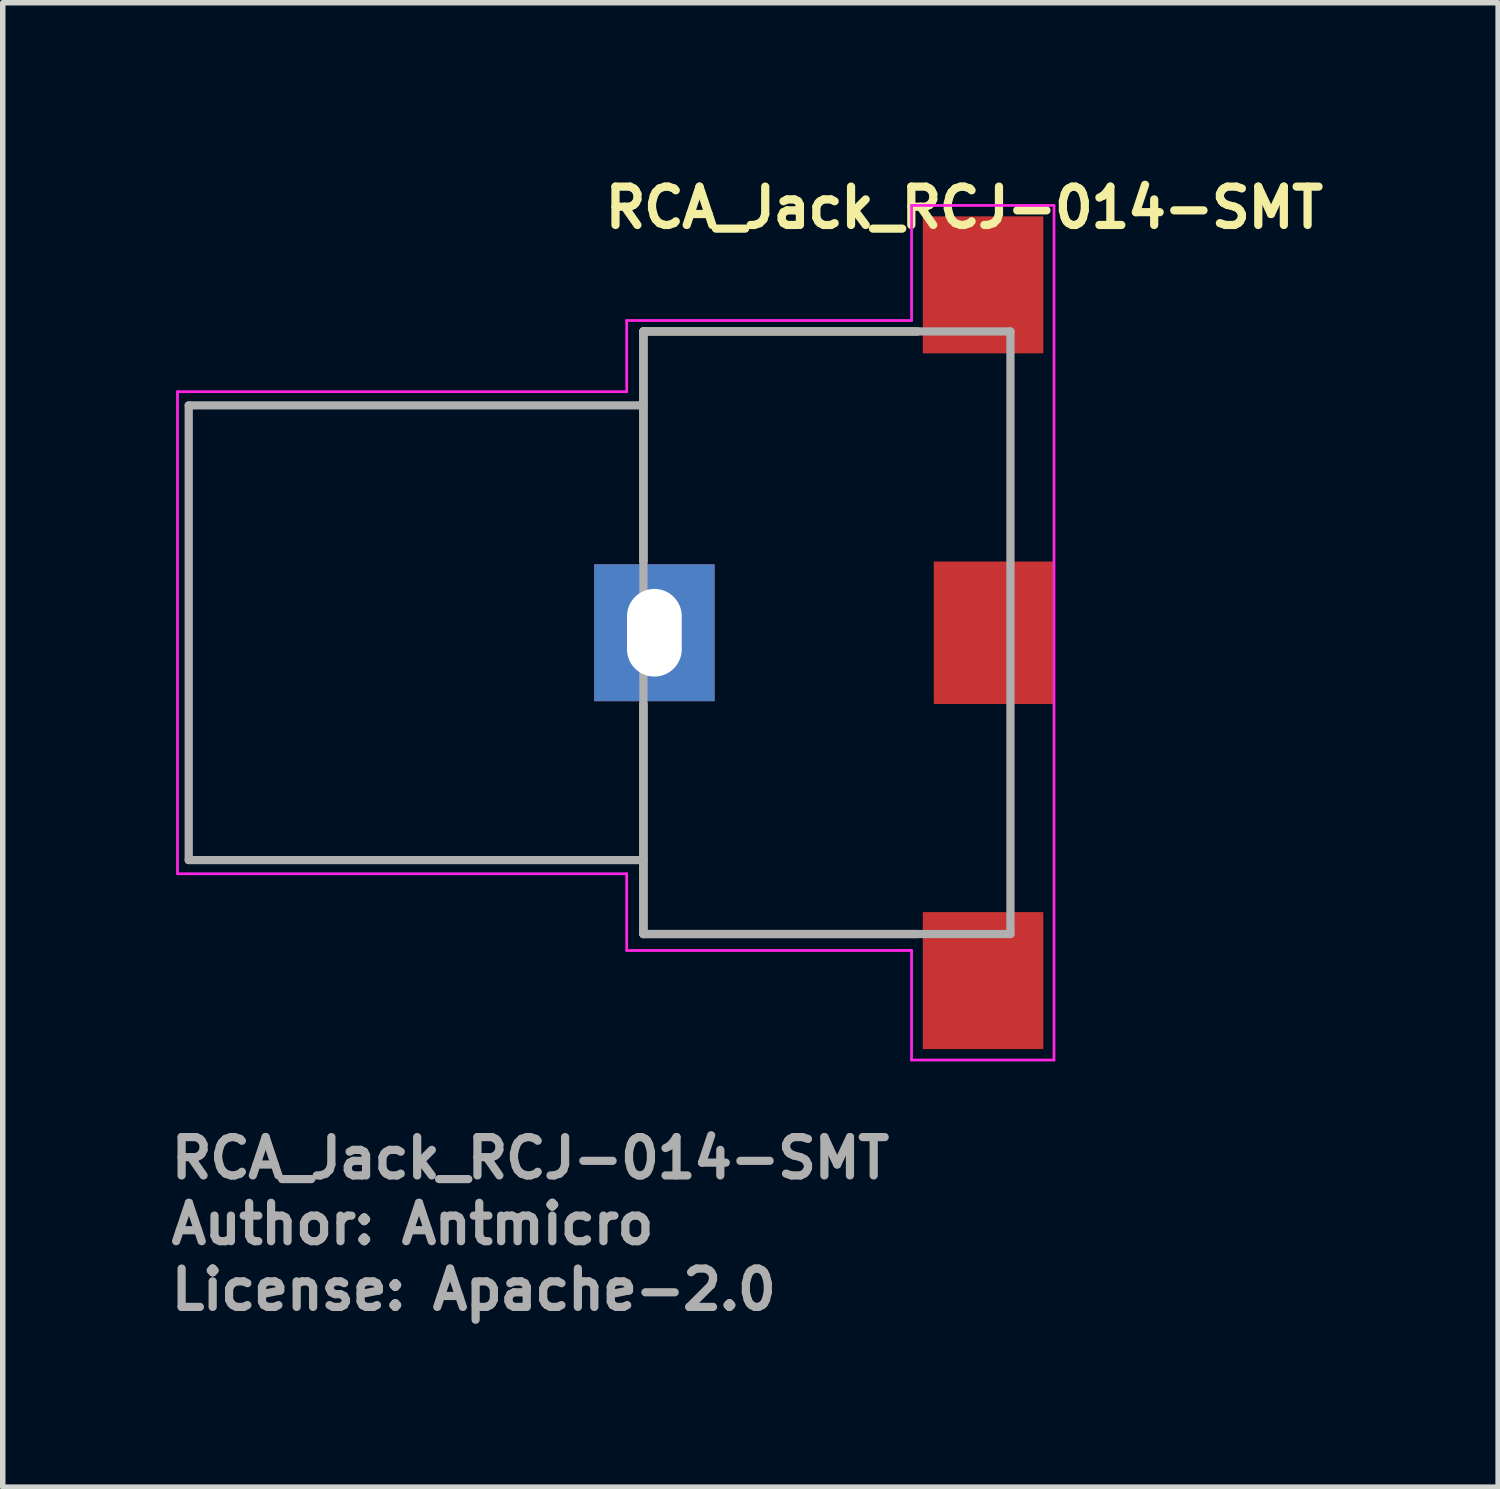
<source format=kicad_pcb>
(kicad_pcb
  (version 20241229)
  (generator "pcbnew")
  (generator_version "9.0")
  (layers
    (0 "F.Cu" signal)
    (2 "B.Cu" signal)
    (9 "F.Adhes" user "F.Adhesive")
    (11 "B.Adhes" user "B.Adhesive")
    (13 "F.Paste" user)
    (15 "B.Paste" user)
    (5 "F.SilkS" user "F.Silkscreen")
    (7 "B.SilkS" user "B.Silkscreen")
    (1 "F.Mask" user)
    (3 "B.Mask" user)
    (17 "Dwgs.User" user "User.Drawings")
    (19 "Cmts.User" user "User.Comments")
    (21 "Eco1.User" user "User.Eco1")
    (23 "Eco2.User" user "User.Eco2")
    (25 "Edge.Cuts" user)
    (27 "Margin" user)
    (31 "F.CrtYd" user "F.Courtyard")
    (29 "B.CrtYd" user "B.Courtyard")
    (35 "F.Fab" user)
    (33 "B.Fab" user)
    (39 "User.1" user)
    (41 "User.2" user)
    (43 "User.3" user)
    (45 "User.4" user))
  (footprint "RCA_Jack_RCJ-014-SMT"
    (layer "F.Cu")
    (at 7.92 8.45)
    (property "Reference" "RCA_Jack_RCJ-014-SMT" (at 0 -7.3 0) (unlocked yes) (layer "F.SilkS") (effects (font (size 0.7 0.7) (thickness 0.15)) (justify left bottom)))
    (attr smd)
    (fp_line (start 0.775 -5.45) (end 0.775 -1.25) (stroke (width 0.15) (type solid)) (layer "F.SilkS"))
    (fp_line (start 0.775 -5.45) (end 5.775 -5.45) (stroke (width 0.15) (type solid)) (layer "F.SilkS"))
    (fp_line (start 0.775 5.55) (end 0.775 1.35) (stroke (width 0.15) (type solid)) (layer "F.SilkS"))
    (fp_line (start 0.775 5.55) (end 5.775 5.55) (stroke (width 0.15) (type solid)) (layer "F.SilkS"))
    (fp_line (start -7.73 -4.35) (end 0.47 -4.35) (stroke (width 0.05) (type solid)) (layer "F.CrtYd"))
    (fp_line (start -7.73 4.45) (end -7.73 -4.35) (stroke (width 0.05) (type solid)) (layer "F.CrtYd"))
    (fp_line (start 0.47 -5.65) (end 5.67 -5.65) (stroke (width 0.05) (type solid)) (layer "F.CrtYd"))
    (fp_line (start 0.47 -4.35) (end 0.47 -5.65) (stroke (width 0.05) (type solid)) (layer "F.CrtYd"))
    (fp_line (start 0.47 4.45) (end -7.73 4.45) (stroke (width 0.05) (type solid)) (layer "F.CrtYd"))
    (fp_line (start 0.47 5.85) (end 0.47 4.45) (stroke (width 0.05) (type solid)) (layer "F.CrtYd"))
    (fp_line (start 5.67 -7.75) (end 8.27 -7.75) (stroke (width 0.05) (type solid)) (layer "F.CrtYd"))
    (fp_line (start 5.67 -5.65) (end 5.67 -7.75) (stroke (width 0.05) (type solid)) (layer "F.CrtYd"))
    (fp_line (start 5.67 5.85) (end 0.47 5.85) (stroke (width 0.05) (type solid)) (layer "F.CrtYd"))
    (fp_line (start 5.67 7.85) (end 5.67 5.85) (stroke (width 0.05) (type solid)) (layer "F.CrtYd"))
    (fp_line (start 8.27 -7.75) (end 8.27 7.85) (stroke (width 0.05) (type solid)) (layer "F.CrtYd"))
    (fp_line (start 8.27 7.85) (end 5.67 7.85) (stroke (width 0.05) (type solid)) (layer "F.CrtYd"))
    (fp_line (start -7.525 -4.1) (end -7.525 4.2) (stroke (width 0.15) (type solid)) (layer "F.Fab"))
    (fp_line (start 0.775 -5.45) (end 0.775 5.55) (stroke (width 0.15) (type solid)) (layer "F.Fab"))
    (fp_line (start 0.775 -5.45) (end 7.475 -5.45) (stroke (width 0.15) (type solid)) (layer "F.Fab"))
    (fp_line (start 0.775 -4.1) (end -7.525 -4.1) (stroke (width 0.15) (type solid)) (layer "F.Fab"))
    (fp_line (start 0.775 4.2) (end -7.525 4.2) (stroke (width 0.15) (type solid)) (layer "F.Fab"))
    (fp_line (start 0.775 5.55) (end 7.475 5.55) (stroke (width 0.15) (type solid)) (layer "F.Fab"))
    (fp_line (start 7.475 5.55) (end 7.475 -5.45) (stroke (width 0.15) (type solid)) (layer "F.Fab"))
    (fp_rect (start -7.525 -7) (end 7.525 7) (stroke (width 0.1) (type solid)) (fill no) (layer "User.5"))
    (fp_line (start -7.525 -3.558) (end -7.525 -3.65) (stroke (width 0.02) (type solid)) (layer "User.9"))
    (fp_line (start -7.525 -3.558) (end -7.525 -3.558) (stroke (width 0.02) (type solid)) (layer "User.9"))
    (fp_line (start -7.525 -3.289) (end -7.525 -3.558) (stroke (width 0.02) (type solid)) (layer "User.9"))
    (fp_line (start -7.525 -3.289) (end -7.525 -3.289) (stroke (width 0.02) (type solid)) (layer "User.9"))
    (fp_line (start -7.525 -2.854) (end -7.525 -3.289) (stroke (width 0.02) (type solid)) (layer "User.9"))
    (fp_line (start -7.525 -2.854) (end -7.525 -2.854) (stroke (width 0.02) (type solid)) (layer "User.9"))
    (fp_line (start -7.525 -2.276) (end -7.525 -2.854) (stroke (width 0.02) (type solid)) (layer "User.9"))
    (fp_line (start -7.525 -2.276) (end -7.525 -2.276) (stroke (width 0.02) (type solid)) (layer "User.9"))
    (fp_line (start -7.525 -1.584) (end -7.525 -2.276) (stroke (width 0.02) (type solid)) (layer "User.9"))
    (fp_line (start -7.525 -1.584) (end -7.525 -1.584) (stroke (width 0.02) (type solid)) (layer "User.9"))
    (fp_line (start -7.525 -0.812) (end -7.525 -1.584) (stroke (width 0.02) (type solid)) (layer "User.9"))
    (fp_line (start -7.525 -0.812) (end -7.525 -0.812) (stroke (width 0.02) (type solid)) (layer "User.9"))
    (fp_line (start -7.525 0) (end -7.525 -0.812) (stroke (width 0.02) (type solid)) (layer "User.9"))
    (fp_line (start -7.525 0) (end -7.525 0) (stroke (width 0.02) (type solid)) (layer "User.9"))
    (fp_line (start -7.525 0.812) (end -7.525 0) (stroke (width 0.02) (type solid)) (layer "User.9"))
    (fp_line (start -7.525 0.812) (end -7.525 0.812) (stroke (width 0.02) (type solid)) (layer "User.9"))
    (fp_line (start -7.525 1.584) (end -7.525 0.812) (stroke (width 0.02) (type solid)) (layer "User.9"))
    (fp_line (start -7.525 1.584) (end -7.525 1.584) (stroke (width 0.02) (type solid)) (layer "User.9"))
    (fp_line (start -7.525 2.276) (end -7.525 1.584) (stroke (width 0.02) (type solid)) (layer "User.9"))
    (fp_line (start -7.525 2.276) (end -7.525 2.276) (stroke (width 0.02) (type solid)) (layer "User.9"))
    (fp_line (start -7.525 2.854) (end -7.525 2.276) (stroke (width 0.02) (type solid)) (layer "User.9"))
    (fp_line (start -7.525 2.854) (end -7.525 2.854) (stroke (width 0.02) (type solid)) (layer "User.9"))
    (fp_line (start -7.525 3.289) (end -7.525 2.854) (stroke (width 0.02) (type solid)) (layer "User.9"))
    (fp_line (start -7.525 3.289) (end -7.525 3.289) (stroke (width 0.02) (type solid)) (layer "User.9"))
    (fp_line (start -7.525 3.558) (end -7.525 3.289) (stroke (width 0.02) (type solid)) (layer "User.9"))
    (fp_line (start -7.525 3.558) (end -7.525 3.558) (stroke (width 0.02) (type solid)) (layer "User.9"))
    (fp_line (start -7.525 3.65) (end -7.525 3.558) (stroke (width 0.02) (type solid)) (layer "User.9"))
    (fp_line (start -7.524 -3.675) (end -7.525 -3.65) (stroke (width 0.02) (type solid)) (layer "User.9"))
    (fp_line (start -7.524 3.675) (end -7.525 3.65) (stroke (width 0.02) (type solid)) (layer "User.9"))
    (fp_line (start -7.523 -3.699) (end -7.524 -3.675) (stroke (width 0.02) (type solid)) (layer "User.9"))
    (fp_line (start -7.523 3.699) (end -7.524 3.675) (stroke (width 0.02) (type solid)) (layer "User.9"))
    (fp_line (start -7.52 -3.724) (end -7.523 -3.699) (stroke (width 0.02) (type solid)) (layer "User.9"))
    (fp_line (start -7.52 3.724) (end -7.523 3.699) (stroke (width 0.02) (type solid)) (layer "User.9"))
    (fp_line (start -7.515 -3.748) (end -7.52 -3.724) (stroke (width 0.02) (type solid)) (layer "User.9"))
    (fp_line (start -7.515 3.748) (end -7.52 3.724) (stroke (width 0.02) (type solid)) (layer "User.9"))
    (fp_line (start -7.51 -3.772) (end -7.515 -3.748) (stroke (width 0.02) (type solid)) (layer "User.9"))
    (fp_line (start -7.51 3.772) (end -7.515 3.748) (stroke (width 0.02) (type solid)) (layer "User.9"))
    (fp_line (start -7.503 -3.795) (end -7.51 -3.772) (stroke (width 0.02) (type solid)) (layer "User.9"))
    (fp_line (start -7.503 3.795) (end -7.51 3.772) (stroke (width 0.02) (type solid)) (layer "User.9"))
    (fp_line (start -7.496 -3.819) (end -7.503 -3.795) (stroke (width 0.02) (type solid)) (layer "User.9"))
    (fp_line (start -7.496 3.819) (end -7.503 3.795) (stroke (width 0.02) (type solid)) (layer "User.9"))
    (fp_line (start -7.487 -3.841) (end -7.496 -3.819) (stroke (width 0.02) (type solid)) (layer "User.9"))
    (fp_line (start -7.487 3.841) (end -7.496 3.819) (stroke (width 0.02) (type solid)) (layer "User.9"))
    (fp_line (start -7.477 -3.864) (end -7.487 -3.841) (stroke (width 0.02) (type solid)) (layer "User.9"))
    (fp_line (start -7.477 3.864) (end -7.487 3.841) (stroke (width 0.02) (type solid)) (layer "User.9"))
    (fp_line (start -7.466 -3.885) (end -7.477 -3.864) (stroke (width 0.02) (type solid)) (layer "User.9"))
    (fp_line (start -7.466 3.885) (end -7.477 3.864) (stroke (width 0.02) (type solid)) (layer "User.9"))
    (fp_line (start -7.454 -3.907) (end -7.466 -3.885) (stroke (width 0.02) (type solid)) (layer "User.9"))
    (fp_line (start -7.454 3.907) (end -7.466 3.885) (stroke (width 0.02) (type solid)) (layer "User.9"))
    (fp_line (start -7.441 -3.927) (end -7.454 -3.907) (stroke (width 0.02) (type solid)) (layer "User.9"))
    (fp_line (start -7.441 3.927) (end -7.454 3.907) (stroke (width 0.02) (type solid)) (layer "User.9"))
    (fp_line (start -7.427 -3.947) (end -7.441 -3.927) (stroke (width 0.02) (type solid)) (layer "User.9"))
    (fp_line (start -7.427 3.947) (end -7.441 3.927) (stroke (width 0.02) (type solid)) (layer "User.9"))
    (fp_line (start -7.412 -3.967) (end -7.427 -3.947) (stroke (width 0.02) (type solid)) (layer "User.9"))
    (fp_line (start -7.412 3.967) (end -7.427 3.947) (stroke (width 0.02) (type solid)) (layer "User.9"))
    (fp_line (start -7.396 -3.986) (end -7.412 -3.967) (stroke (width 0.02) (type solid)) (layer "User.9"))
    (fp_line (start -7.396 3.986) (end -7.412 3.967) (stroke (width 0.02) (type solid)) (layer "User.9"))
    (fp_line (start -7.379 -4.004) (end -7.396 -3.986) (stroke (width 0.02) (type solid)) (layer "User.9"))
    (fp_line (start -7.379 -4.004) (end -7.379 -4.004) (stroke (width 0.02) (type solid)) (layer "User.9"))
    (fp_line (start -7.379 4.004) (end -7.396 3.986) (stroke (width 0.02) (type solid)) (layer "User.9"))
    (fp_line (start -7.379 4.004) (end -7.379 4.004) (stroke (width 0.02) (type solid)) (layer "User.9"))
    (fp_line (start -7.361 -4.021) (end -7.379 -4.004) (stroke (width 0.02) (type solid)) (layer "User.9"))
    (fp_line (start -7.361 4.021) (end -7.379 4.004) (stroke (width 0.02) (type solid)) (layer "User.9"))
    (fp_line (start -7.342 -4.037) (end -7.361 -4.021) (stroke (width 0.02) (type solid)) (layer "User.9"))
    (fp_line (start -7.342 4.037) (end -7.361 4.021) (stroke (width 0.02) (type solid)) (layer "User.9"))
    (fp_line (start -7.322 -4.052) (end -7.342 -4.037) (stroke (width 0.02) (type solid)) (layer "User.9"))
    (fp_line (start -7.322 4.052) (end -7.342 4.037) (stroke (width 0.02) (type solid)) (layer "User.9"))
    (fp_line (start -7.302 -4.066) (end -7.322 -4.052) (stroke (width 0.02) (type solid)) (layer "User.9"))
    (fp_line (start -7.302 4.066) (end -7.322 4.052) (stroke (width 0.02) (type solid)) (layer "User.9"))
    (fp_line (start -7.282 -4.079) (end -7.302 -4.066) (stroke (width 0.02) (type solid)) (layer "User.9"))
    (fp_line (start -7.282 4.079) (end -7.302 4.066) (stroke (width 0.02) (type solid)) (layer "User.9"))
    (fp_line (start -7.26 -4.091) (end -7.282 -4.079) (stroke (width 0.02) (type solid)) (layer "User.9"))
    (fp_line (start -7.26 4.091) (end -7.282 4.079) (stroke (width 0.02) (type solid)) (layer "User.9"))
    (fp_line (start -7.239 -4.102) (end -7.26 -4.091) (stroke (width 0.02) (type solid)) (layer "User.9"))
    (fp_line (start -7.239 4.102) (end -7.26 4.091) (stroke (width 0.02) (type solid)) (layer "User.9"))
    (fp_line (start -7.216 -4.112) (end -7.239 -4.102) (stroke (width 0.02) (type solid)) (layer "User.9"))
    (fp_line (start -7.216 4.112) (end -7.239 4.102) (stroke (width 0.02) (type solid)) (layer "User.9"))
    (fp_line (start -7.194 -4.121) (end -7.216 -4.112) (stroke (width 0.02) (type solid)) (layer "User.9"))
    (fp_line (start -7.194 4.121) (end -7.216 4.112) (stroke (width 0.02) (type solid)) (layer "User.9"))
    (fp_line (start -7.17 -4.128) (end -7.194 -4.121) (stroke (width 0.02) (type solid)) (layer "User.9"))
    (fp_line (start -7.17 4.128) (end -7.194 4.121) (stroke (width 0.02) (type solid)) (layer "User.9"))
    (fp_line (start -7.147 -4.135) (end -7.17 -4.128) (stroke (width 0.02) (type solid)) (layer "User.9"))
    (fp_line (start -7.147 4.135) (end -7.17 4.128) (stroke (width 0.02) (type solid)) (layer "User.9"))
    (fp_line (start -7.123 -4.14) (end -7.147 -4.135) (stroke (width 0.02) (type solid)) (layer "User.9"))
    (fp_line (start -7.123 4.14) (end -7.147 4.135) (stroke (width 0.02) (type solid)) (layer "User.9"))
    (fp_line (start -7.099 -4.145) (end -7.123 -4.14) (stroke (width 0.02) (type solid)) (layer "User.9"))
    (fp_line (start -7.099 4.145) (end -7.123 4.14) (stroke (width 0.02) (type solid)) (layer "User.9"))
    (fp_line (start -7.074 -4.148) (end -7.099 -4.145) (stroke (width 0.02) (type solid)) (layer "User.9"))
    (fp_line (start -7.074 4.148) (end -7.099 4.145) (stroke (width 0.02) (type solid)) (layer "User.9"))
    (fp_line (start -7.05 -4.149) (end -7.074 -4.148) (stroke (width 0.02) (type solid)) (layer "User.9"))
    (fp_line (start -7.05 4.149) (end -7.074 4.148) (stroke (width 0.02) (type solid)) (layer "User.9"))
    (fp_line (start -7.025 -4.15) (end -7.05 -4.149) (stroke (width 0.02) (type solid)) (layer "User.9"))
    (fp_line (start -7.025 4.15) (end -7.05 4.149) (stroke (width 0.02) (type solid)) (layer "User.9"))
    (fp_line (start 0.775 -5.5) (end 0.775 5.5) (stroke (width 0.02) (type solid)) (layer "User.9"))
    (fp_line (start 0.775 -4.15) (end -7.025 -4.15) (stroke (width 0.02) (type solid)) (layer "User.9"))
    (fp_line (start 0.775 4.15) (end -7.025 4.15) (stroke (width 0.02) (type solid)) (layer "User.9"))
    (fp_line (start 1.175 -5.1) (end 1.175 5.1) (stroke (width 0.02) (type solid)) (layer "User.9"))
    (fp_line (start 1.175 5.1) (end 4.975 5.1) (stroke (width 0.02) (type solid)) (layer "User.9"))
    (fp_line (start 2.175 -4.15) (end 1.175 -4.15) (stroke (width 0.02) (type solid)) (layer "User.9"))
    (fp_line (start 2.175 -4.046) (end 2.175 -4.15) (stroke (width 0.02) (type solid)) (layer "User.9"))
    (fp_line (start 2.175 -4.046) (end 2.175 -4.046) (stroke (width 0.02) (type solid)) (layer "User.9"))
    (fp_line (start 2.175 -3.739) (end 2.175 -4.046) (stroke (width 0.02) (type solid)) (layer "User.9"))
    (fp_line (start 2.175 -3.739) (end 2.175 -3.739) (stroke (width 0.02) (type solid)) (layer "User.9"))
    (fp_line (start 2.175 -3.245) (end 2.175 -3.739) (stroke (width 0.02) (type solid)) (layer "User.9"))
    (fp_line (start 2.175 -3.245) (end 2.175 -3.245) (stroke (width 0.02) (type solid)) (layer "User.9"))
    (fp_line (start 2.175 -2.587) (end 2.175 -3.245) (stroke (width 0.02) (type solid)) (layer "User.9"))
    (fp_line (start 2.175 -2.587) (end 2.175 -2.587) (stroke (width 0.02) (type solid)) (layer "User.9"))
    (fp_line (start 2.175 -1.801) (end 2.175 -2.587) (stroke (width 0.02) (type solid)) (layer "User.9"))
    (fp_line (start 2.175 -1.801) (end 2.175 -1.801) (stroke (width 0.02) (type solid)) (layer "User.9"))
    (fp_line (start 2.175 -0.923) (end 2.175 -1.801) (stroke (width 0.02) (type solid)) (layer "User.9"))
    (fp_line (start 2.175 -0.923) (end 2.175 -0.923) (stroke (width 0.02) (type solid)) (layer "User.9"))
    (fp_line (start 2.175 0) (end 2.175 -0.923) (stroke (width 0.02) (type solid)) (layer "User.9"))
    (fp_line (start 2.175 0) (end 2.175 0) (stroke (width 0.02) (type solid)) (layer "User.9"))
    (fp_line (start 2.175 0.923) (end 2.175 0) (stroke (width 0.02) (type solid)) (layer "User.9"))
    (fp_line (start 2.175 0.923) (end 2.175 0.923) (stroke (width 0.02) (type solid)) (layer "User.9"))
    (fp_line (start 2.175 1.801) (end 2.175 0.923) (stroke (width 0.02) (type solid)) (layer "User.9"))
    (fp_line (start 2.175 1.801) (end 2.175 1.801) (stroke (width 0.02) (type solid)) (layer "User.9"))
    (fp_line (start 2.175 2.587) (end 2.175 1.801) (stroke (width 0.02) (type solid)) (layer "User.9"))
    (fp_line (start 2.175 2.587) (end 2.175 2.587) (stroke (width 0.02) (type solid)) (layer "User.9"))
    (fp_line (start 2.175 3.245) (end 2.175 2.587) (stroke (width 0.02) (type solid)) (layer "User.9"))
    (fp_line (start 2.175 3.245) (end 2.175 3.245) (stroke (width 0.02) (type solid)) (layer "User.9"))
    (fp_line (start 2.175 3.739) (end 2.175 3.245) (stroke (width 0.02) (type solid)) (layer "User.9"))
    (fp_line (start 2.175 3.739) (end 2.175 3.739) (stroke (width 0.02) (type solid)) (layer "User.9"))
    (fp_line (start 2.175 4.046) (end 2.175 3.739) (stroke (width 0.02) (type solid)) (layer "User.9"))
    (fp_line (start 2.175 4.046) (end 2.175 4.046) (stroke (width 0.02) (type solid)) (layer "User.9"))
    (fp_line (start 2.175 4.15) (end 1.175 4.15) (stroke (width 0.02) (type solid)) (layer "User.9"))
    (fp_line (start 2.175 4.15) (end 2.175 4.046) (stroke (width 0.02) (type solid)) (layer "User.9"))
    (fp_line (start 4.975 -5.5) (end 0.775 -5.5) (stroke (width 0.02) (type solid)) (layer "User.9"))
    (fp_line (start 4.975 -5.5) (end 7.475 -5.5) (stroke (width 0.02) (type solid)) (layer "User.9"))
    (fp_line (start 4.975 -5.1) (end 1.175 -5.1) (stroke (width 0.02) (type solid)) (layer "User.9"))
    (fp_line (start 4.975 -5.1) (end 4.975 -5.5) (stroke (width 0.02) (type solid)) (layer "User.9"))
    (fp_line (start 4.975 5.1) (end 7.475 5.1) (stroke (width 0.02) (type solid)) (layer "User.9"))
    (fp_line (start 4.975 5.5) (end 0.775 5.5) (stroke (width 0.02) (type solid)) (layer "User.9"))
    (fp_line (start 4.975 5.5) (end 4.975 5.1) (stroke (width 0.02) (type solid)) (layer "User.9"))
    (fp_line (start 6.375 -1.65) (end 2.175 -1.65) (stroke (width 0.02) (type solid)) (layer "User.9"))
    (fp_line (start 6.375 -1.65) (end 6.475 -1.65) (stroke (width 0.02) (type solid)) (layer "User.9"))
    (fp_line (start 6.375 1.65) (end 2.175 1.65) (stroke (width 0.02) (type solid)) (layer "User.9"))
    (fp_line (start 6.475 -6.517) (end 6.475 -6.5) (stroke (width 0.02) (type solid)) (layer "User.9"))
    (fp_line (start 6.475 -5.5) (end 6.475 -6.5) (stroke (width 0.02) (type solid)) (layer "User.9"))
    (fp_line (start 6.475 -1.65) (end 6.475 1.65) (stroke (width 0.02) (type solid)) (layer "User.9"))
    (fp_line (start 6.475 -0.65) (end 6.575 -0.65) (stroke (width 0.02) (type solid)) (layer "User.9"))
    (fp_line (start 6.475 1.65) (end 6.375 1.65) (stroke (width 0.02) (type solid)) (layer "User.9"))
    (fp_line (start 6.475 6.5) (end 6.475 5.5) (stroke (width 0.02) (type solid)) (layer "User.9"))
    (fp_line (start 6.475 6.5) (end 6.476 6.533) (stroke (width 0.02) (type solid)) (layer "User.9"))
    (fp_line (start 6.476 -6.533) (end 6.475 -6.517) (stroke (width 0.02) (type solid)) (layer "User.9"))
    (fp_line (start 6.476 6.533) (end 6.479 6.566) (stroke (width 0.02) (type solid)) (layer "User.9"))
    (fp_line (start 6.477 -6.55) (end 6.476 -6.533) (stroke (width 0.02) (type solid)) (layer "User.9"))
    (fp_line (start 6.479 -6.566) (end 6.477 -6.55) (stroke (width 0.02) (type solid)) (layer "User.9"))
    (fp_line (start 6.479 6.566) (end 6.485 6.599) (stroke (width 0.02) (type solid)) (layer "User.9"))
    (fp_line (start 6.482 -6.583) (end 6.479 -6.566) (stroke (width 0.02) (type solid)) (layer "User.9"))
    (fp_line (start 6.485 -6.599) (end 6.482 -6.583) (stroke (width 0.02) (type solid)) (layer "User.9"))
    (fp_line (start 6.485 6.599) (end 6.492 6.63) (stroke (width 0.02) (type solid)) (layer "User.9"))
    (fp_line (start 6.488 -6.615) (end 6.485 -6.599) (stroke (width 0.02) (type solid)) (layer "User.9"))
    (fp_line (start 6.492 -6.63) (end 6.488 -6.615) (stroke (width 0.02) (type solid)) (layer "User.9"))
    (fp_line (start 6.492 6.63) (end 6.502 6.662) (stroke (width 0.02) (type solid)) (layer "User.9"))
    (fp_line (start 6.497 -6.646) (end 6.492 -6.63) (stroke (width 0.02) (type solid)) (layer "User.9"))
    (fp_line (start 6.502 -6.662) (end 6.497 -6.646) (stroke (width 0.02) (type solid)) (layer "User.9"))
    (fp_line (start 6.502 6.662) (end 6.513 6.692) (stroke (width 0.02) (type solid)) (layer "User.9"))
    (fp_line (start 6.507 -6.677) (end 6.502 -6.662) (stroke (width 0.02) (type solid)) (layer "User.9"))
    (fp_line (start 6.513 -6.692) (end 6.507 -6.677) (stroke (width 0.02) (type solid)) (layer "User.9"))
    (fp_line (start 6.513 6.692) (end 6.527 6.721) (stroke (width 0.02) (type solid)) (layer "User.9"))
    (fp_line (start 6.52 -6.707) (end 6.513 -6.692) (stroke (width 0.02) (type solid)) (layer "User.9"))
    (fp_line (start 6.527 -6.721) (end 6.52 -6.707) (stroke (width 0.02) (type solid)) (layer "User.9"))
    (fp_line (start 6.527 6.721) (end 6.542 6.75) (stroke (width 0.02) (type solid)) (layer "User.9"))
    (fp_line (start 6.534 -6.736) (end 6.527 -6.721) (stroke (width 0.02) (type solid)) (layer "User.9"))
    (fp_line (start 6.542 -6.75) (end 6.534 -6.736) (stroke (width 0.02) (type solid)) (layer "User.9"))
    (fp_line (start 6.542 6.75) (end 6.559 6.777) (stroke (width 0.02) (type solid)) (layer "User.9"))
    (fp_line (start 6.55 -6.764) (end 6.542 -6.75) (stroke (width 0.02) (type solid)) (layer "User.9"))
    (fp_line (start 6.559 -6.777) (end 6.55 -6.764) (stroke (width 0.02) (type solid)) (layer "User.9"))
    (fp_line (start 6.559 6.777) (end 6.578 6.804) (stroke (width 0.02) (type solid)) (layer "User.9"))
    (fp_line (start 6.568 -6.791) (end 6.559 -6.777) (stroke (width 0.02) (type solid)) (layer "User.9"))
    (fp_line (start 6.575 0.65) (end 6.475 0.65) (stroke (width 0.02) (type solid)) (layer "User.9"))
    (fp_line (start 6.578 -6.804) (end 6.568 -6.791) (stroke (width 0.02) (type solid)) (layer "User.9"))
    (fp_line (start 6.578 6.804) (end 6.598 6.829) (stroke (width 0.02) (type solid)) (layer "User.9"))
    (fp_line (start 6.588 -6.817) (end 6.578 -6.804) (stroke (width 0.02) (type solid)) (layer "User.9"))
    (fp_line (start 6.598 -6.829) (end 6.588 -6.817) (stroke (width 0.02) (type solid)) (layer "User.9"))
    (fp_line (start 6.598 6.829) (end 6.621 6.853) (stroke (width 0.02) (type solid)) (layer "User.9"))
    (fp_line (start 6.609 -6.841) (end 6.598 -6.829) (stroke (width 0.02) (type solid)) (layer "User.9"))
    (fp_line (start 6.621 -6.853) (end 6.609 -6.841) (stroke (width 0.02) (type solid)) (layer "User.9"))
    (fp_line (start 6.621 6.853) (end 6.644 6.875) (stroke (width 0.02) (type solid)) (layer "User.9"))
    (fp_line (start 6.632 -6.864) (end 6.621 -6.853) (stroke (width 0.02) (type solid)) (layer "User.9"))
    (fp_line (start 6.644 -6.875) (end 6.632 -6.864) (stroke (width 0.02) (type solid)) (layer "User.9"))
    (fp_line (start 6.644 6.875) (end 6.67 6.896) (stroke (width 0.02) (type solid)) (layer "User.9"))
    (fp_line (start 6.657 -6.886) (end 6.644 -6.875) (stroke (width 0.02) (type solid)) (layer "User.9"))
    (fp_line (start 6.67 -6.896) (end 6.657 -6.886) (stroke (width 0.02) (type solid)) (layer "User.9"))
    (fp_line (start 6.67 6.896) (end 6.697 6.915) (stroke (width 0.02) (type solid)) (layer "User.9"))
    (fp_line (start 6.683 -6.906) (end 6.67 -6.896) (stroke (width 0.02) (type solid)) (layer "User.9"))
    (fp_line (start 6.697 -6.915) (end 6.683 -6.906) (stroke (width 0.02) (type solid)) (layer "User.9"))
    (fp_line (start 6.697 6.915) (end 6.725 6.933) (stroke (width 0.02) (type solid)) (layer "User.9"))
    (fp_line (start 6.711 -6.924) (end 6.697 -6.915) (stroke (width 0.02) (type solid)) (layer "User.9"))
    (fp_line (start 6.725 -6.933) (end 6.711 -6.924) (stroke (width 0.02) (type solid)) (layer "User.9"))
    (fp_line (start 6.725 -6.933) (end 6.725 -6.933) (stroke (width 0.02) (type solid)) (layer "User.9"))
    (fp_line (start 6.725 6.933) (end 6.725 6.933) (stroke (width 0.02) (type solid)) (layer "User.9"))
    (fp_line (start 6.725 6.933) (end 6.754 6.949) (stroke (width 0.02) (type solid)) (layer "User.9"))
    (fp_line (start 6.754 -6.949) (end 6.725 -6.933) (stroke (width 0.02) (type solid)) (layer "User.9"))
    (fp_line (start 6.754 6.949) (end 6.785 6.962) (stroke (width 0.02) (type solid)) (layer "User.9"))
    (fp_line (start 6.785 -6.962) (end 6.754 -6.949) (stroke (width 0.02) (type solid)) (layer "User.9"))
    (fp_line (start 6.785 6.962) (end 6.815 6.974) (stroke (width 0.02) (type solid)) (layer "User.9"))
    (fp_line (start 6.815 -6.974) (end 6.785 -6.962) (stroke (width 0.02) (type solid)) (layer "User.9"))
    (fp_line (start 6.815 6.974) (end 6.847 6.983) (stroke (width 0.02) (type solid)) (layer "User.9"))
    (fp_line (start 6.847 -6.983) (end 6.815 -6.974) (stroke (width 0.02) (type solid)) (layer "User.9"))
    (fp_line (start 6.847 6.983) (end 6.878 6.991) (stroke (width 0.02) (type solid)) (layer "User.9"))
    (fp_line (start 6.875 -0.65) (end 6.575 -0.65) (stroke (width 0.02) (type solid)) (layer "User.9"))
    (fp_line (start 6.875 0.65) (end 6.575 0.65) (stroke (width 0.02) (type solid)) (layer "User.9"))
    (fp_line (start 6.875 0.65) (end 6.918 0.649) (stroke (width 0.02) (type solid)) (layer "User.9"))
    (fp_line (start 6.878 -6.991) (end 6.847 -6.983) (stroke (width 0.02) (type solid)) (layer "User.9"))
    (fp_line (start 6.878 6.991) (end 6.91 6.996) (stroke (width 0.02) (type solid)) (layer "User.9"))
    (fp_line (start 6.897 -0.65) (end 6.875 -0.65) (stroke (width 0.02) (type solid)) (layer "User.9"))
    (fp_line (start 6.91 -6.996) (end 6.878 -6.991) (stroke (width 0.02) (type solid)) (layer "User.9"))
    (fp_line (start 6.91 6.996) (end 6.943 6.999) (stroke (width 0.02) (type solid)) (layer "User.9"))
    (fp_line (start 6.918 -0.649) (end 6.897 -0.65) (stroke (width 0.02) (type solid)) (layer "User.9"))
    (fp_line (start 6.918 0.649) (end 6.961 0.644) (stroke (width 0.02) (type solid)) (layer "User.9"))
    (fp_line (start 6.94 -0.647) (end 6.918 -0.649) (stroke (width 0.02) (type solid)) (layer "User.9"))
    (fp_line (start 6.943 -6.999) (end 6.91 -6.996) (stroke (width 0.02) (type solid)) (layer "User.9"))
    (fp_line (start 6.943 6.999) (end 6.975 7) (stroke (width 0.02) (type solid)) (layer "User.9"))
    (fp_line (start 6.961 -0.644) (end 6.94 -0.647) (stroke (width 0.02) (type solid)) (layer "User.9"))
    (fp_line (start 6.961 0.644) (end 7.003 0.637) (stroke (width 0.02) (type solid)) (layer "User.9"))
    (fp_line (start 6.975 -7) (end 6.943 -6.999) (stroke (width 0.02) (type solid)) (layer "User.9"))
    (fp_line (start 6.975 7) (end 7.007 6.999) (stroke (width 0.02) (type solid)) (layer "User.9"))
    (fp_line (start 6.982 -0.641) (end 6.961 -0.644) (stroke (width 0.02) (type solid)) (layer "User.9"))
    (fp_line (start 7.003 -0.637) (end 6.982 -0.641) (stroke (width 0.02) (type solid)) (layer "User.9"))
    (fp_line (start 7.003 0.637) (end 7.045 0.627) (stroke (width 0.02) (type solid)) (layer "User.9"))
    (fp_line (start 7.007 -6.999) (end 6.975 -7) (stroke (width 0.02) (type solid)) (layer "User.9"))
    (fp_line (start 7.007 6.999) (end 7.04 6.996) (stroke (width 0.02) (type solid)) (layer "User.9"))
    (fp_line (start 7.024 -0.633) (end 7.003 -0.637) (stroke (width 0.02) (type solid)) (layer "User.9"))
    (fp_line (start 7.04 -6.996) (end 7.007 -6.999) (stroke (width 0.02) (type solid)) (layer "User.9"))
    (fp_line (start 7.04 6.996) (end 7.072 6.991) (stroke (width 0.02) (type solid)) (layer "User.9"))
    (fp_line (start 7.045 -0.627) (end 7.024 -0.633) (stroke (width 0.02) (type solid)) (layer "User.9"))
    (fp_line (start 7.045 0.627) (end 7.085 0.615) (stroke (width 0.02) (type solid)) (layer "User.9"))
    (fp_line (start 7.065 -0.622) (end 7.045 -0.627) (stroke (width 0.02) (type solid)) (layer "User.9"))
    (fp_line (start 7.072 -6.991) (end 7.04 -6.996) (stroke (width 0.02) (type solid)) (layer "User.9"))
    (fp_line (start 7.072 6.991) (end 7.103 6.983) (stroke (width 0.02) (type solid)) (layer "User.9"))
    (fp_line (start 7.085 -0.615) (end 7.065 -0.622) (stroke (width 0.02) (type solid)) (layer "User.9"))
    (fp_line (start 7.085 0.615) (end 7.125 0.6) (stroke (width 0.02) (type solid)) (layer "User.9"))
    (fp_line (start 7.103 -6.983) (end 7.072 -6.991) (stroke (width 0.02) (type solid)) (layer "User.9"))
    (fp_line (start 7.103 6.983) (end 7.135 6.974) (stroke (width 0.02) (type solid)) (layer "User.9"))
    (fp_line (start 7.105 -0.608) (end 7.085 -0.615) (stroke (width 0.02) (type solid)) (layer "User.9"))
    (fp_line (start 7.125 -0.6) (end 7.105 -0.608) (stroke (width 0.02) (type solid)) (layer "User.9"))
    (fp_line (start 7.125 0.6) (end 7.163 0.583) (stroke (width 0.02) (type solid)) (layer "User.9"))
    (fp_line (start 7.135 -6.974) (end 7.103 -6.983) (stroke (width 0.02) (type solid)) (layer "User.9"))
    (fp_line (start 7.135 6.974) (end 7.165 6.962) (stroke (width 0.02) (type solid)) (layer "User.9"))
    (fp_line (start 7.144 -0.592) (end 7.125 -0.6) (stroke (width 0.02) (type solid)) (layer "User.9"))
    (fp_line (start 7.163 -0.583) (end 7.144 -0.592) (stroke (width 0.02) (type solid)) (layer "User.9"))
    (fp_line (start 7.163 0.583) (end 7.2 0.563) (stroke (width 0.02) (type solid)) (layer "User.9"))
    (fp_line (start 7.165 -6.962) (end 7.135 -6.974) (stroke (width 0.02) (type solid)) (layer "User.9"))
    (fp_line (start 7.165 6.962) (end 7.196 6.949) (stroke (width 0.02) (type solid)) (layer "User.9"))
    (fp_line (start 7.182 -0.573) (end 7.163 -0.583) (stroke (width 0.02) (type solid)) (layer "User.9"))
    (fp_line (start 7.196 -6.949) (end 7.165 -6.962) (stroke (width 0.02) (type solid)) (layer "User.9"))
    (fp_line (start 7.196 6.949) (end 7.225 6.933) (stroke (width 0.02) (type solid)) (layer "User.9"))
    (fp_line (start 7.2 -0.563) (end 7.182 -0.573) (stroke (width 0.02) (type solid)) (layer "User.9"))
    (fp_line (start 7.2 0.563) (end 7.236 0.541) (stroke (width 0.02) (type solid)) (layer "User.9"))
    (fp_line (start 7.218 -0.552) (end 7.2 -0.563) (stroke (width 0.02) (type solid)) (layer "User.9"))
    (fp_line (start 7.225 -6.933) (end 7.196 -6.949) (stroke (width 0.02) (type solid)) (layer "User.9"))
    (fp_line (start 7.225 -6.933) (end 7.225 -6.933) (stroke (width 0.02) (type solid)) (layer "User.9"))
    (fp_line (start 7.225 6.933) (end 7.225 6.933) (stroke (width 0.02) (type solid)) (layer "User.9"))
    (fp_line (start 7.225 6.933) (end 7.239 6.924) (stroke (width 0.02) (type solid)) (layer "User.9"))
    (fp_line (start 7.236 -0.541) (end 7.218 -0.552) (stroke (width 0.02) (type solid)) (layer "User.9"))
    (fp_line (start 7.236 0.541) (end 7.27 0.516) (stroke (width 0.02) (type solid)) (layer "User.9"))
    (fp_line (start 7.239 6.924) (end 7.253 6.915) (stroke (width 0.02) (type solid)) (layer "User.9"))
    (fp_line (start 7.253 -6.915) (end 7.225 -6.933) (stroke (width 0.02) (type solid)) (layer "User.9"))
    (fp_line (start 7.253 -0.529) (end 7.236 -0.541) (stroke (width 0.02) (type solid)) (layer "User.9"))
    (fp_line (start 7.253 6.915) (end 7.267 6.906) (stroke (width 0.02) (type solid)) (layer "User.9"))
    (fp_line (start 7.267 6.906) (end 7.28 6.896) (stroke (width 0.02) (type solid)) (layer "User.9"))
    (fp_line (start 7.27 -0.516) (end 7.253 -0.529) (stroke (width 0.02) (type solid)) (layer "User.9"))
    (fp_line (start 7.27 0.516) (end 7.303 0.489) (stroke (width 0.02) (type solid)) (layer "User.9"))
    (fp_line (start 7.28 -6.896) (end 7.253 -6.915) (stroke (width 0.02) (type solid)) (layer "User.9"))
    (fp_line (start 7.28 6.896) (end 7.293 6.886) (stroke (width 0.02) (type solid)) (layer "User.9"))
    (fp_line (start 7.287 -0.503) (end 7.27 -0.516) (stroke (width 0.02) (type solid)) (layer "User.9"))
    (fp_line (start 7.293 6.886) (end 7.306 6.875) (stroke (width 0.02) (type solid)) (layer "User.9"))
    (fp_line (start 7.303 -0.489) (end 7.287 -0.503) (stroke (width 0.02) (type solid)) (layer "User.9"))
    (fp_line (start 7.303 0.489) (end 7.334 0.461) (stroke (width 0.02) (type solid)) (layer "User.9"))
    (fp_line (start 7.306 -6.875) (end 7.28 -6.896) (stroke (width 0.02) (type solid)) (layer "User.9"))
    (fp_line (start 7.306 6.875) (end 7.318 6.864) (stroke (width 0.02) (type solid)) (layer "User.9"))
    (fp_line (start 7.318 -0.475) (end 7.303 -0.489) (stroke (width 0.02) (type solid)) (layer "User.9"))
    (fp_line (start 7.318 6.864) (end 7.329 6.853) (stroke (width 0.02) (type solid)) (layer "User.9"))
    (fp_line (start 7.329 -6.853) (end 7.306 -6.875) (stroke (width 0.02) (type solid)) (layer "User.9"))
    (fp_line (start 7.329 6.853) (end 7.341 6.841) (stroke (width 0.02) (type solid)) (layer "User.9"))
    (fp_line (start 7.334 -0.461) (end 7.318 -0.475) (stroke (width 0.02) (type solid)) (layer "User.9"))
    (fp_line (start 7.334 0.461) (end 7.363 0.43) (stroke (width 0.02) (type solid)) (layer "User.9"))
    (fp_line (start 7.341 6.841) (end 7.352 6.829) (stroke (width 0.02) (type solid)) (layer "User.9"))
    (fp_line (start 7.348 -0.445) (end 7.334 -0.461) (stroke (width 0.02) (type solid)) (layer "User.9"))
    (fp_line (start 7.352 -6.829) (end 7.329 -6.853) (stroke (width 0.02) (type solid)) (layer "User.9"))
    (fp_line (start 7.352 6.829) (end 7.362 6.817) (stroke (width 0.02) (type solid)) (layer "User.9"))
    (fp_line (start 7.362 6.817) (end 7.372 6.804) (stroke (width 0.02) (type solid)) (layer "User.9"))
    (fp_line (start 7.363 -0.43) (end 7.348 -0.445) (stroke (width 0.02) (type solid)) (layer "User.9"))
    (fp_line (start 7.363 0.43) (end 7.39 0.397) (stroke (width 0.02) (type solid)) (layer "User.9"))
    (fp_line (start 7.372 -6.804) (end 7.352 -6.829) (stroke (width 0.02) (type solid)) (layer "User.9"))
    (fp_line (start 7.372 6.804) (end 7.382 6.791) (stroke (width 0.02) (type solid)) (layer "User.9"))
    (fp_line (start 7.377 -0.413) (end 7.363 -0.43) (stroke (width 0.02) (type solid)) (layer "User.9"))
    (fp_line (start 7.382 6.791) (end 7.391 6.777) (stroke (width 0.02) (type solid)) (layer "User.9"))
    (fp_line (start 7.39 -0.397) (end 7.377 -0.413) (stroke (width 0.02) (type solid)) (layer "User.9"))
    (fp_line (start 7.39 0.397) (end 7.415 0.362) (stroke (width 0.02) (type solid)) (layer "User.9"))
    (fp_line (start 7.391 -6.777) (end 7.372 -6.804) (stroke (width 0.02) (type solid)) (layer "User.9"))
    (fp_line (start 7.391 6.777) (end 7.4 6.764) (stroke (width 0.02) (type solid)) (layer "User.9"))
    (fp_line (start 7.4 6.764) (end 7.408 6.75) (stroke (width 0.02) (type solid)) (layer "User.9"))
    (fp_line (start 7.403 -0.379) (end 7.39 -0.397) (stroke (width 0.02) (type solid)) (layer "User.9"))
    (fp_line (start 7.408 -6.75) (end 7.391 -6.777) (stroke (width 0.02) (type solid)) (layer "User.9"))
    (fp_line (start 7.408 6.75) (end 7.416 6.736) (stroke (width 0.02) (type solid)) (layer "User.9"))
    (fp_line (start 7.415 -0.362) (end 7.403 -0.379) (stroke (width 0.02) (type solid)) (layer "User.9"))
    (fp_line (start 7.415 0.362) (end 7.438 0.325) (stroke (width 0.02) (type solid)) (layer "User.9"))
    (fp_line (start 7.416 6.736) (end 7.423 6.721) (stroke (width 0.02) (type solid)) (layer "User.9"))
    (fp_line (start 7.423 -6.721) (end 7.408 -6.75) (stroke (width 0.02) (type solid)) (layer "User.9"))
    (fp_line (start 7.423 6.721) (end 7.43 6.707) (stroke (width 0.02) (type solid)) (layer "User.9"))
    (fp_line (start 7.427 -0.344) (end 7.415 -0.362) (stroke (width 0.02) (type solid)) (layer "User.9"))
    (fp_line (start 7.43 6.707) (end 7.437 6.692) (stroke (width 0.02) (type solid)) (layer "User.9"))
    (fp_line (start 7.437 -6.692) (end 7.423 -6.721) (stroke (width 0.02) (type solid)) (layer "User.9"))
    (fp_line (start 7.437 6.692) (end 7.443 6.677) (stroke (width 0.02) (type solid)) (layer "User.9"))
    (fp_line (start 7.438 -0.325) (end 7.427 -0.344) (stroke (width 0.02) (type solid)) (layer "User.9"))
    (fp_line (start 7.438 -0.325) (end 7.438 -0.325) (stroke (width 0.02) (type solid)) (layer "User.9"))
    (fp_line (start 7.438 0.325) (end 7.438 0.325) (stroke (width 0.02) (type solid)) (layer "User.9"))
    (fp_line (start 7.438 0.325) (end 7.458 0.287) (stroke (width 0.02) (type solid)) (layer "User.9"))
    (fp_line (start 7.443 6.677) (end 7.448 6.662) (stroke (width 0.02) (type solid)) (layer "User.9"))
    (fp_line (start 7.448 -6.662) (end 7.437 -6.692) (stroke (width 0.02) (type solid)) (layer "User.9"))
    (fp_line (start 7.448 6.662) (end 7.453 6.646) (stroke (width 0.02) (type solid)) (layer "User.9"))
    (fp_line (start 7.453 6.646) (end 7.458 6.63) (stroke (width 0.02) (type solid)) (layer "User.9"))
    (fp_line (start 7.458 -6.63) (end 7.448 -6.662) (stroke (width 0.02) (type solid)) (layer "User.9"))
    (fp_line (start 7.458 -0.287) (end 7.438 -0.325) (stroke (width 0.02) (type solid)) (layer "User.9"))
    (fp_line (start 7.458 0.287) (end 7.476 0.248) (stroke (width 0.02) (type solid)) (layer "User.9"))
    (fp_line (start 7.458 6.63) (end 7.462 6.615) (stroke (width 0.02) (type solid)) (layer "User.9"))
    (fp_line (start 7.462 6.615) (end 7.465 6.599) (stroke (width 0.02) (type solid)) (layer "User.9"))
    (fp_line (start 7.465 -6.599) (end 7.458 -6.63) (stroke (width 0.02) (type solid)) (layer "User.9"))
    (fp_line (start 7.465 6.599) (end 7.468 6.583) (stroke (width 0.02) (type solid)) (layer "User.9"))
    (fp_line (start 7.468 6.583) (end 7.471 6.566) (stroke (width 0.02) (type solid)) (layer "User.9"))
    (fp_line (start 7.471 -6.566) (end 7.465 -6.599) (stroke (width 0.02) (type solid)) (layer "User.9"))
    (fp_line (start 7.471 6.566) (end 7.473 6.55) (stroke (width 0.02) (type solid)) (layer "User.9"))
    (fp_line (start 7.473 6.55) (end 7.474 6.533) (stroke (width 0.02) (type solid)) (layer "User.9"))
    (fp_line (start 7.474 -6.533) (end 7.471 -6.566) (stroke (width 0.02) (type solid)) (layer "User.9"))
    (fp_line (start 7.474 6.533) (end 7.475 6.517) (stroke (width 0.02) (type solid)) (layer "User.9"))
    (fp_line (start 7.475 -6.5) (end 7.474 -6.533) (stroke (width 0.02) (type solid)) (layer "User.9"))
    (fp_line (start 7.475 -6.5) (end 7.475 -5.5) (stroke (width 0.02) (type solid)) (layer "User.9"))
    (fp_line (start 7.475 -5.5) (end 7.475 -5.1) (stroke (width 0.02) (type solid)) (layer "User.9"))
    (fp_line (start 7.475 -5.1) (end 4.975 -5.1) (stroke (width 0.02) (type solid)) (layer "User.9"))
    (fp_line (start 7.475 5.1) (end 7.475 5.5) (stroke (width 0.02) (type solid)) (layer "User.9"))
    (fp_line (start 7.475 5.5) (end 4.975 5.5) (stroke (width 0.02) (type solid)) (layer "User.9"))
    (fp_line (start 7.475 5.5) (end 7.475 6.5) (stroke (width 0.02) (type solid)) (layer "User.9"))
    (fp_line (start 7.475 6.517) (end 7.475 6.5) (stroke (width 0.02) (type solid)) (layer "User.9"))
    (fp_line (start 7.476 -0.248) (end 7.458 -0.287) (stroke (width 0.02) (type solid)) (layer "User.9"))
    (fp_line (start 7.476 0.248) (end 7.491 0.208) (stroke (width 0.02) (type solid)) (layer "User.9"))
    (fp_line (start 7.491 -0.208) (end 7.476 -0.248) (stroke (width 0.02) (type solid)) (layer "User.9"))
    (fp_line (start 7.491 0.208) (end 7.503 0.167) (stroke (width 0.02) (type solid)) (layer "User.9"))
    (fp_line (start 7.503 -0.167) (end 7.491 -0.208) (stroke (width 0.02) (type solid)) (layer "User.9"))
    (fp_line (start 7.503 0.167) (end 7.513 0.126) (stroke (width 0.02) (type solid)) (layer "User.9"))
    (fp_line (start 7.513 -0.126) (end 7.503 -0.167) (stroke (width 0.02) (type solid)) (layer "User.9"))
    (fp_line (start 7.513 0.126) (end 7.52 0.084) (stroke (width 0.02) (type solid)) (layer "User.9"))
    (fp_line (start 7.52 -0.084) (end 7.513 -0.126) (stroke (width 0.02) (type solid)) (layer "User.9"))
    (fp_line (start 7.52 0.084) (end 7.524 0.042) (stroke (width 0.02) (type solid)) (layer "User.9"))
    (fp_line (start 7.524 -0.042) (end 7.52 -0.084) (stroke (width 0.02) (type solid)) (layer "User.9"))
    (fp_line (start 7.524 0.042) (end 7.525 0) (stroke (width 0.02) (type solid)) (layer "User.9"))
    (fp_line (start 7.525 0) (end 7.524 -0.042) (stroke (width 0.02) (type solid)) (layer "User.9"))
    (fp_text user "Author: Antmicro" (at -7.92 11.25 0) (layer "F.Fab") (effects (font (size 0.7 0.7) (thickness 0.15)) (justify left bottom)))
    (fp_text user "License: Apache-2.0" (at -7.92 12.45 0) (layer "F.Fab") (effects (font (size 0.7 0.7) (thickness 0.15)) (justify left bottom)))
    (fp_text user "${REFERENCE}" (at -7.92 10.05 0) (unlocked yes) (layer "F.Fab") (effects (font (size 0.7 0.7) (thickness 0.15)) (justify left bottom)))
    (pad "1" thru_hole rect (at 0.975 0.05) (size 2.2 2.5) (drill oval 1 1.6) (layers "*.Cu" "*.Mask"))
    (pad "1" smd rect (at 6.975 -6.3) (size 2.2 2.5) (layers "F.Cu" "F.Mask" "F.Paste"))
    (pad "1" smd rect (at 6.975 6.4) (size 2.2 2.5) (layers "F.Cu" "F.Mask" "F.Paste"))
    (pad "2" smd rect (at 7.175 0.05) (size 2.2 2.6) (layers "F.Cu" "F.Mask" "F.Paste")))
  (gr_rect
    (start -3 -3)
    (end 24.297 24.096)
    (stroke (width 0.1) (type default))
    (fill no)
    (layer "Edge.Cuts")))
</source>
